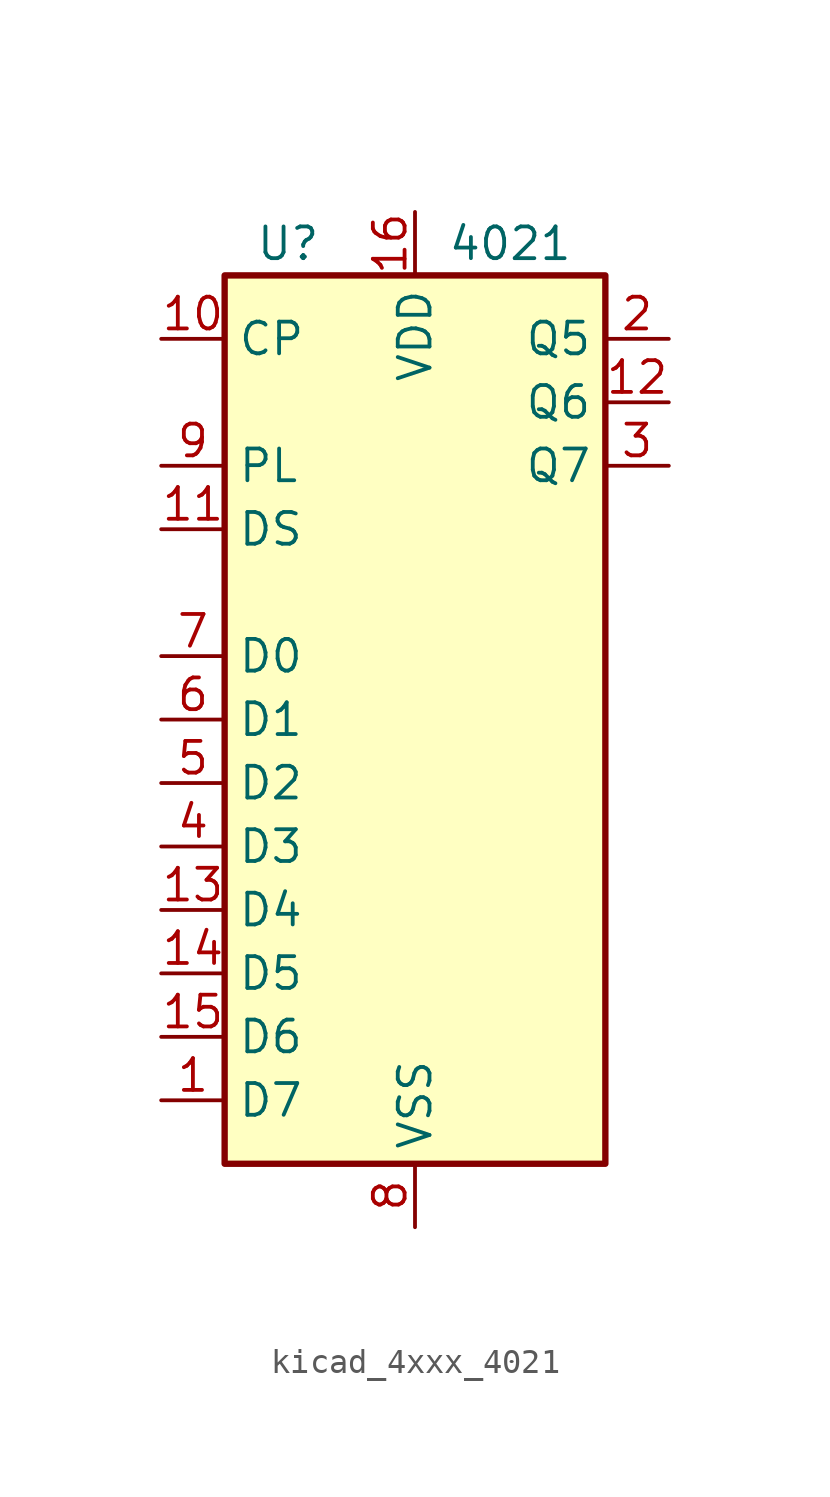
<source format=kicad_sym>
(kicad_symbol_lib
  (version 20220914)
  (generator kicad_symbol_editor)
  (symbol "kicad_4xxx_4021"
    (property "Reference" "U"
      (at -5.08 19.05 0)
      (effects (font (size 1.27 1.27))))
    (property "Value" "4021"
      (at 3.81 19.05 0)
      (effects (font (size 1.27 1.27))))
    (symbol "kicad_4xxx_4021_0_1"
      (rectangle (start -7.62 17.78) (end 7.62 -17.78) (stroke (width 0.254) (type default)) (fill (type background))))
    (symbol "kicad_4xxx_4021_1_1"
      (pin input line (at -10.16 -15.24 0) (length 2.54) (name "D7" (effects (font (size 1.27 1.27)))) (number "1" (effects (font (size 1.27 1.27)))))
      (pin input line (at -10.16 15.24 0) (length 2.54) (name "CP" (effects (font (size 1.27 1.27)))) (number "10" (effects (font (size 1.27 1.27)))))
      (pin input line (at -10.16 7.62 0) (length 2.54) (name "DS" (effects (font (size 1.27 1.27)))) (number "11" (effects (font (size 1.27 1.27)))))
      (pin output line (at 10.16 12.7 180) (length 2.54) (name "Q6" (effects (font (size 1.27 1.27)))) (number "12" (effects (font (size 1.27 1.27)))))
      (pin input line (at -10.16 -7.62 0) (length 2.54) (name "D4" (effects (font (size 1.27 1.27)))) (number "13" (effects (font (size 1.27 1.27)))))
      (pin input line (at -10.16 -10.16 0) (length 2.54) (name "D5" (effects (font (size 1.27 1.27)))) (number "14" (effects (font (size 1.27 1.27)))))
      (pin input line (at -10.16 -12.7 0) (length 2.54) (name "D6" (effects (font (size 1.27 1.27)))) (number "15" (effects (font (size 1.27 1.27)))))
      (pin power_in line (at 0 20.32 270) (length 2.54) (name "VDD" (effects (font (size 1.27 1.27)))) (number "16" (effects (font (size 1.27 1.27)))))
      (pin output line (at 10.16 15.24 180) (length 2.54) (name "Q5" (effects (font (size 1.27 1.27)))) (number "2" (effects (font (size 1.27 1.27)))))
      (pin output line (at 10.16 10.16 180) (length 2.54) (name "Q7" (effects (font (size 1.27 1.27)))) (number "3" (effects (font (size 1.27 1.27)))))
      (pin input line (at -10.16 -5.08 0) (length 2.54) (name "D3" (effects (font (size 1.27 1.27)))) (number "4" (effects (font (size 1.27 1.27)))))
      (pin input line (at -10.16 -2.54 0) (length 2.54) (name "D2" (effects (font (size 1.27 1.27)))) (number "5" (effects (font (size 1.27 1.27)))))
      (pin input line (at -10.16 0 0) (length 2.54) (name "D1" (effects (font (size 1.27 1.27)))) (number "6" (effects (font (size 1.27 1.27)))))
      (pin input line (at -10.16 2.54 0) (length 2.54) (name "D0" (effects (font (size 1.27 1.27)))) (number "7" (effects (font (size 1.27 1.27)))))
      (pin power_in line (at 0 -20.32 90) (length 2.54) (name "VSS" (effects (font (size 1.27 1.27)))) (number "8" (effects (font (size 1.27 1.27)))))
      (pin input line (at -10.16 10.16 0) (length 2.54) (name "PL" (effects (font (size 1.27 1.27)))) (number "9" (effects (font (size 1.27 1.27))))))))
</source>
